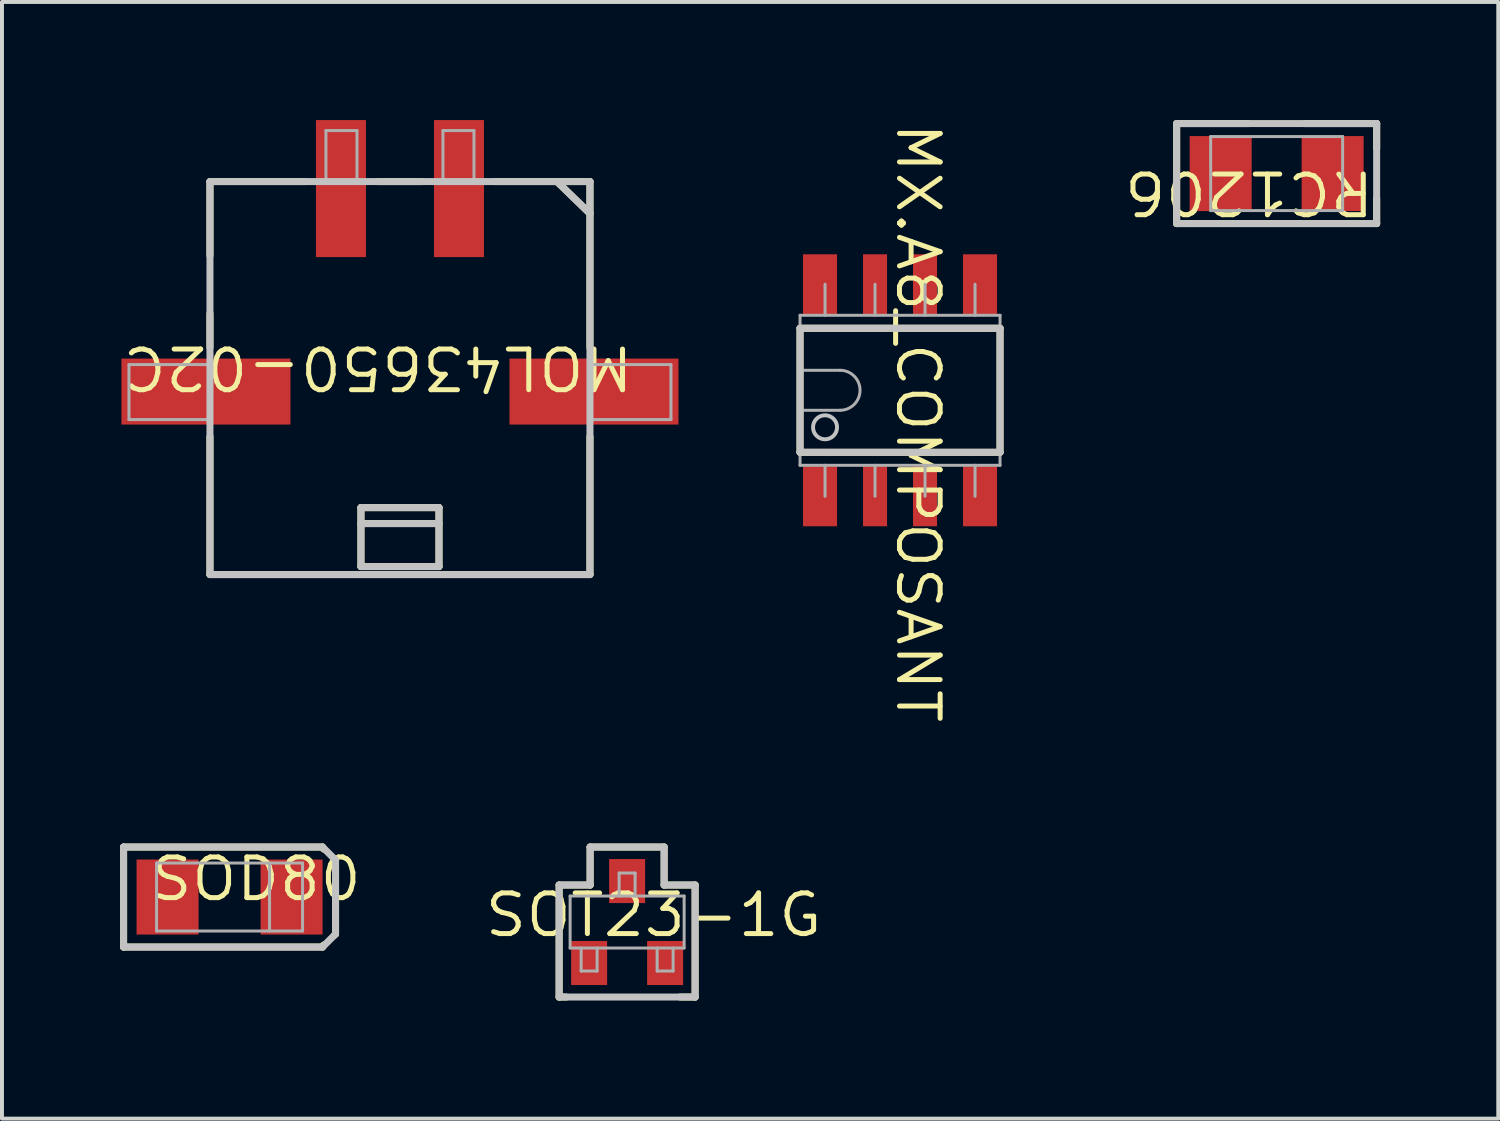
<source format=kicad_pcb>
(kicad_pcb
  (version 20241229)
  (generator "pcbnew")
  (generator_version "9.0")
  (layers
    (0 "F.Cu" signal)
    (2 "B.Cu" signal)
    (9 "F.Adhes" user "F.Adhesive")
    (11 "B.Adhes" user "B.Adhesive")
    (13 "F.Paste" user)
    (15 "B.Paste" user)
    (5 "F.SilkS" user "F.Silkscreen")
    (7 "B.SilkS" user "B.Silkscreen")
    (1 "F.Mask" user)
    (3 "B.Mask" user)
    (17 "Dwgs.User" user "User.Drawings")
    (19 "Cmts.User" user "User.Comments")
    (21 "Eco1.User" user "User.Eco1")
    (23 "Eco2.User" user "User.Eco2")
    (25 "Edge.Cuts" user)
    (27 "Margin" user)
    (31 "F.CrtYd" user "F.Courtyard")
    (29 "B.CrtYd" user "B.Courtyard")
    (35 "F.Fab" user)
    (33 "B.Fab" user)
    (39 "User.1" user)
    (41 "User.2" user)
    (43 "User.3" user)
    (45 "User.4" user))
  (footprint "SOT23-1G"
    (layer "F.Cu")
    (at 12.879 20.37)
    (property "Reference" "SOT23-1G" (at 0.673 -0.178 0) (unlocked yes) (layer "F.SilkS") (effects (font (size 1.033 1.087) (thickness 0.127))))
    (attr smd)
    (fp_line (start -1.727 -0.94) (end -0.94 -0.94) (stroke (width 0.178) (type solid)) (layer "F.SilkS"))
    (fp_line (start -1.727 1.905) (end -1.727 -0.94) (stroke (width 0.178) (type solid)) (layer "F.SilkS"))
    (fp_line (start -1.727 1.905) (end -1.549 1.905) (stroke (width 0.178) (type solid)) (layer "F.SilkS"))
    (fp_line (start -0.94 -1.905) (end 0.94 -1.905) (stroke (width 0.178) (type solid)) (layer "F.SilkS"))
    (fp_line (start -0.94 -0.94) (end -0.94 -1.905) (stroke (width 0.178) (type solid)) (layer "F.SilkS"))
    (fp_line (start 0.94 -0.94) (end 0.94 -1.905) (stroke (width 0.178) (type solid)) (layer "F.SilkS"))
    (fp_line (start 0.94 -0.94) (end 1.727 -0.94) (stroke (width 0.178) (type solid)) (layer "F.SilkS"))
    (fp_line (start 1.346 1.905) (end 1.727 1.905) (stroke (width 0.178) (type solid)) (layer "F.SilkS"))
    (fp_line (start 1.727 1.905) (end 1.727 -0.94) (stroke (width 0.178) (type solid)) (layer "F.SilkS"))
    (fp_line (start -1.727 -0.94) (end -0.94 -0.94) (stroke (width 0.178) (type solid)) (layer "Dwgs.User"))
    (fp_line (start -1.727 1.905) (end -1.727 -0.94) (stroke (width 0.178) (type solid)) (layer "Dwgs.User"))
    (fp_line (start -1.727 1.905) (end 1.727 1.905) (stroke (width 0.178) (type solid)) (layer "Dwgs.User"))
    (fp_line (start -0.94 -1.905) (end 0.94 -1.905) (stroke (width 0.178) (type solid)) (layer "Dwgs.User"))
    (fp_line (start -0.94 -0.94) (end -0.94 -1.905) (stroke (width 0.178) (type solid)) (layer "Dwgs.User"))
    (fp_line (start 0.94 -0.94) (end 0.94 -1.905) (stroke (width 0.178) (type solid)) (layer "Dwgs.User"))
    (fp_line (start 0.94 -0.94) (end 1.727 -0.94) (stroke (width 0.178) (type solid)) (layer "Dwgs.User"))
    (fp_line (start 1.727 1.905) (end 1.727 -0.94) (stroke (width 0.178) (type solid)) (layer "Dwgs.User"))
    (fp_line (start -1.448 -0.66) (end 1.448 -0.66) (stroke (width 0.076) (type solid)) (layer "F.Fab"))
    (fp_line (start -1.448 0.66) (end -1.448 -0.66) (stroke (width 0.076) (type solid)) (layer "F.Fab"))
    (fp_line (start -1.448 0.66) (end 1.448 0.66) (stroke (width 0.076) (type solid)) (layer "F.Fab"))
    (fp_line (start -1.168 1.245) (end -1.168 0.66) (stroke (width 0.076) (type solid)) (layer "F.Fab"))
    (fp_line (start -1.168 1.245) (end -0.762 1.245) (stroke (width 0.076) (type solid)) (layer "F.Fab"))
    (fp_line (start -0.762 1.245) (end -0.762 0.66) (stroke (width 0.076) (type solid)) (layer "F.Fab"))
    (fp_line (start -0.203 -1.245) (end 0.203 -1.245) (stroke (width 0.076) (type solid)) (layer "F.Fab"))
    (fp_line (start -0.203 -0.66) (end -0.203 -1.245) (stroke (width 0.076) (type solid)) (layer "F.Fab"))
    (fp_line (start 0.203 -0.66) (end 0.203 -1.245) (stroke (width 0.076) (type solid)) (layer "F.Fab"))
    (fp_line (start 0.762 1.245) (end 0.762 0.66) (stroke (width 0.076) (type solid)) (layer "F.Fab"))
    (fp_line (start 0.762 1.245) (end 1.168 1.245) (stroke (width 0.076) (type solid)) (layer "F.Fab"))
    (fp_line (start 1.168 1.245) (end 1.168 0.66) (stroke (width 0.076) (type solid)) (layer "F.Fab"))
    (fp_line (start 1.448 0.66) (end 1.448 -0.66) (stroke (width 0.076) (type solid)) (layer "F.Fab"))
    (pad "1" smd rect (at -0.965 1.041) (size 0.914 1.118) (layers "F.Cu" "F.Mask" "F.Paste"))
    (pad "2" smd rect (at 0.965 1.041) (size 0.914 1.118) (layers "F.Cu" "F.Mask" "F.Paste"))
    (pad "3" smd rect (at 0 -1.041) (size 0.914 1.118) (layers "F.Cu" "F.Mask" "F.Paste")))
  (footprint "SOD80"
    (layer "F.Cu")
    (at 2.781 19.735)
    (property "Reference" "SOD80" (at 0.673 -0.457 0) (unlocked yes) (layer "F.SilkS") (effects (font (size 1.033 1.087) (thickness 0.127))))
    (attr smd)
    (fp_line (start -2.692 -1.27) (end 2.362 -1.27) (stroke (width 0.178) (type solid)) (layer "F.SilkS"))
    (fp_line (start -2.692 1.27) (end -2.692 -1.27) (stroke (width 0.178) (type solid)) (layer "F.SilkS"))
    (fp_line (start -2.692 1.27) (end 2.362 1.27) (stroke (width 0.178) (type solid)) (layer "F.SilkS"))
    (fp_line (start 2.362 -1.27) (end 2.388 -1.219) (stroke (width 0.178) (type solid)) (layer "F.SilkS"))
    (fp_line (start 2.362 1.27) (end 2.388 1.219) (stroke (width 0.178) (type solid)) (layer "F.SilkS"))
    (fp_line (start 2.667 -0.965) (end 2.692 -0.94) (stroke (width 0.178) (type solid)) (layer "F.SilkS"))
    (fp_line (start 2.667 0.965) (end 2.692 0.94) (stroke (width 0.178) (type solid)) (layer "F.SilkS"))
    (fp_line (start 2.692 0.94) (end 2.692 -0.94) (stroke (width 0.178) (type solid)) (layer "F.SilkS"))
    (fp_line (start -2.692 -1.27) (end 2.362 -1.27) (stroke (width 0.178) (type solid)) (layer "Dwgs.User"))
    (fp_line (start -2.692 1.27) (end -2.692 -1.27) (stroke (width 0.178) (type solid)) (layer "Dwgs.User"))
    (fp_line (start -2.692 1.27) (end 2.362 1.27) (stroke (width 0.178) (type solid)) (layer "Dwgs.User"))
    (fp_line (start 2.362 -1.27) (end 2.692 -0.94) (stroke (width 0.178) (type solid)) (layer "Dwgs.User"))
    (fp_line (start 2.362 1.27) (end 2.692 0.94) (stroke (width 0.178) (type solid)) (layer "Dwgs.User"))
    (fp_line (start 2.692 0.94) (end 2.692 -0.94) (stroke (width 0.178) (type solid)) (layer "Dwgs.User"))
    (fp_line (start -1.854 -0.864) (end 1.854 -0.864) (stroke (width 0.076) (type solid)) (layer "F.Fab"))
    (fp_line (start -1.854 0.864) (end -1.854 -0.864) (stroke (width 0.076) (type solid)) (layer "F.Fab"))
    (fp_line (start -1.854 0.864) (end 1.854 0.864) (stroke (width 0.076) (type solid)) (layer "F.Fab"))
    (fp_line (start 1.016 0.864) (end 1.016 -0.864) (stroke (width 0.076) (type solid)) (layer "F.Fab"))
    (fp_line (start 1.854 0.864) (end 1.854 -0.864) (stroke (width 0.076) (type solid)) (layer "F.Fab"))
    (pad "1" smd rect (at -1.575 0) (size 1.575 1.905) (layers "F.Cu" "F.Mask" "F.Paste"))
    (pad "2" smd rect (at 1.575 0) (size 1.575 1.905) (layers "F.Cu" "F.Mask" "F.Paste")))
  (footprint "RC1206"
    (layer "F.Cu")
    (at 29.377 1.359)
    (property "Reference" "RC1206" (at -0.699 0.483 180) (unlocked yes) (layer "F.SilkS") (effects (font (size 1.033 1.087) (thickness 0.127))))
    (attr smd)
    (fp_line (start -2.54 -1.27) (end -0.711 -1.27) (stroke (width 0.178) (type solid)) (layer "F.SilkS"))
    (fp_line (start -2.54 1.27) (end -2.54 -1.27) (stroke (width 0.178) (type solid)) (layer "F.SilkS"))
    (fp_line (start -2.54 1.27) (end 2.54 1.27) (stroke (width 0.178) (type solid)) (layer "F.SilkS"))
    (fp_line (start 0.711 -1.27) (end 2.54 -1.27) (stroke (width 0.178) (type solid)) (layer "F.SilkS"))
    (fp_line (start 2.54 -0.635) (end 2.54 -1.27) (stroke (width 0.178) (type solid)) (layer "F.SilkS"))
    (fp_line (start 2.54 1.27) (end 2.54 0.635) (stroke (width 0.178) (type solid)) (layer "F.SilkS"))
    (fp_line (start -2.54 -1.27) (end 2.54 -1.27) (stroke (width 0.178) (type solid)) (layer "Dwgs.User"))
    (fp_line (start -2.54 1.27) (end -2.54 -1.27) (stroke (width 0.178) (type solid)) (layer "Dwgs.User"))
    (fp_line (start -2.54 1.27) (end 2.54 1.27) (stroke (width 0.178) (type solid)) (layer "Dwgs.User"))
    (fp_line (start 2.54 1.27) (end 2.54 -1.27) (stroke (width 0.178) (type solid)) (layer "Dwgs.User"))
    (fp_line (start -1.676 -0.94) (end 1.676 -0.94) (stroke (width 0.076) (type solid)) (layer "F.Fab"))
    (fp_line (start -1.676 0.94) (end -1.676 -0.94) (stroke (width 0.076) (type solid)) (layer "F.Fab"))
    (fp_line (start -1.676 0.94) (end 1.676 0.94) (stroke (width 0.076) (type solid)) (layer "F.Fab"))
    (fp_line (start 1.676 0.94) (end 1.676 -0.94) (stroke (width 0.076) (type solid)) (layer "F.Fab"))
    (pad "1" smd rect (at -1.422 0) (size 1.575 1.905) (layers "F.Cu" "F.Mask" "F.Paste"))
    (pad "2" smd rect (at 1.422 0) (size 1.575 1.905) (layers "F.Cu" "F.Mask" "F.Paste")))
  (footprint "MOL43650-02C"
    (layer "F.Cu")
    (at 7.109 1.74)
    (property "Reference" "MOL43650-02C" (at -0.559 4.547 180) (unlocked yes) (layer "F.SilkS") (effects (font (size 1.033 1.087) (thickness 0.127))))
    (attr smd)
    (fp_line (start -4.826 -0.178) (end -2.413 -0.178) (stroke (width 0.178) (type solid)) (layer "F.SilkS"))
    (fp_line (start -4.826 1.702) (end -4.826 -0.178) (stroke (width 0.178) (type solid)) (layer "F.SilkS"))
    (fp_line (start -4.826 4.039) (end -4.826 3.175) (stroke (width 0.178) (type solid)) (layer "F.SilkS"))
    (fp_line (start -4.826 9.804) (end -4.826 6.299) (stroke (width 0.178) (type solid)) (layer "F.SilkS"))
    (fp_line (start -4.826 9.804) (end 4.826 9.804) (stroke (width 0.178) (type solid)) (layer "F.SilkS"))
    (fp_line (start -0.991 8.103) (end 0.991 8.103) (stroke (width 0.178) (type solid)) (layer "F.SilkS"))
    (fp_line (start -0.991 8.509) (end 0.991 8.509) (stroke (width 0.178) (type solid)) (layer "F.SilkS"))
    (fp_line (start -0.991 9.601) (end -0.991 8.103) (stroke (width 0.178) (type solid)) (layer "F.SilkS"))
    (fp_line (start -0.991 9.601) (end 0.991 9.601) (stroke (width 0.178) (type solid)) (layer "F.SilkS"))
    (fp_line (start -0.559 -0.178) (end 0.559 -0.178) (stroke (width 0.178) (type solid)) (layer "F.SilkS"))
    (fp_line (start 0.991 9.601) (end 0.991 8.103) (stroke (width 0.178) (type solid)) (layer "F.SilkS"))
    (fp_line (start 2.413 -0.178) (end 4.826 -0.178) (stroke (width 0.178) (type solid)) (layer "F.SilkS"))
    (fp_line (start 3.988 -0.178) (end 4.826 0.635) (stroke (width 0.178) (type solid)) (layer "F.SilkS"))
    (fp_line (start 4.826 4.039) (end 4.826 -0.178) (stroke (width 0.178) (type solid)) (layer "F.SilkS"))
    (fp_line (start 4.826 9.804) (end 4.826 6.299) (stroke (width 0.178) (type solid)) (layer "F.SilkS"))
    (fp_line (start -4.826 -0.178) (end 4.826 -0.178) (stroke (width 0.178) (type solid)) (layer "Dwgs.User"))
    (fp_line (start -4.826 9.804) (end -4.826 -0.178) (stroke (width 0.178) (type solid)) (layer "Dwgs.User"))
    (fp_line (start -4.826 9.804) (end 4.826 9.804) (stroke (width 0.178) (type solid)) (layer "Dwgs.User"))
    (fp_line (start -0.991 8.103) (end 0.991 8.103) (stroke (width 0.178) (type solid)) (layer "Dwgs.User"))
    (fp_line (start -0.991 8.509) (end 0.991 8.509) (stroke (width 0.178) (type solid)) (layer "Dwgs.User"))
    (fp_line (start -0.991 9.601) (end -0.991 8.103) (stroke (width 0.178) (type solid)) (layer "Dwgs.User"))
    (fp_line (start -0.991 9.601) (end 0.991 9.601) (stroke (width 0.178) (type solid)) (layer "Dwgs.User"))
    (fp_line (start 0.991 9.601) (end 0.991 8.103) (stroke (width 0.178) (type solid)) (layer "Dwgs.User"))
    (fp_line (start 3.988 -0.178) (end 4.826 0.635) (stroke (width 0.178) (type solid)) (layer "Dwgs.User"))
    (fp_line (start 4.826 9.804) (end 4.826 -0.178) (stroke (width 0.178) (type solid)) (layer "Dwgs.User"))
    (fp_line (start -6.883 4.47) (end -4.826 4.47) (stroke (width 0.076) (type solid)) (layer "F.Fab"))
    (fp_line (start -6.883 5.867) (end -6.883 4.47) (stroke (width 0.076) (type solid)) (layer "F.Fab"))
    (fp_line (start -6.883 5.867) (end -4.826 5.867) (stroke (width 0.076) (type solid)) (layer "F.Fab"))
    (fp_line (start -4.826 -0.178) (end 4.826 -0.178) (stroke (width 0.076) (type solid)) (layer "F.Fab"))
    (fp_line (start -4.826 5.867) (end -4.826 4.47) (stroke (width 0.076) (type solid)) (layer "F.Fab"))
    (fp_line (start -4.826 9.804) (end -4.826 -0.178) (stroke (width 0.076) (type solid)) (layer "F.Fab"))
    (fp_line (start -4.826 9.804) (end 4.826 9.804) (stroke (width 0.076) (type solid)) (layer "F.Fab"))
    (fp_line (start -1.88 -1.473) (end -1.092 -1.473) (stroke (width 0.076) (type solid)) (layer "F.Fab"))
    (fp_line (start -1.88 -0.178) (end -1.88 -1.473) (stroke (width 0.076) (type solid)) (layer "F.Fab"))
    (fp_line (start -1.092 -0.178) (end -1.092 -1.473) (stroke (width 0.076) (type solid)) (layer "F.Fab"))
    (fp_line (start -0.991 8.103) (end 0.991 8.103) (stroke (width 0.076) (type solid)) (layer "F.Fab"))
    (fp_line (start -0.991 8.509) (end 0.991 8.509) (stroke (width 0.076) (type solid)) (layer "F.Fab"))
    (fp_line (start -0.991 9.601) (end -0.991 8.103) (stroke (width 0.076) (type solid)) (layer "F.Fab"))
    (fp_line (start -0.991 9.601) (end 0.991 9.601) (stroke (width 0.076) (type solid)) (layer "F.Fab"))
    (fp_line (start 0.991 9.601) (end 0.991 8.103) (stroke (width 0.076) (type solid)) (layer "F.Fab"))
    (fp_line (start 1.092 -1.473) (end 1.88 -1.473) (stroke (width 0.076) (type solid)) (layer "F.Fab"))
    (fp_line (start 1.092 -0.178) (end 1.092 -1.473) (stroke (width 0.076) (type solid)) (layer "F.Fab"))
    (fp_line (start 1.88 -0.178) (end 1.88 -1.473) (stroke (width 0.076) (type solid)) (layer "F.Fab"))
    (fp_line (start 3.988 -0.178) (end 4.826 0.635) (stroke (width 0.076) (type solid)) (layer "F.Fab"))
    (fp_line (start 4.826 4.47) (end 6.883 4.47) (stroke (width 0.076) (type solid)) (layer "F.Fab"))
    (fp_line (start 4.826 5.867) (end 4.826 4.47) (stroke (width 0.076) (type solid)) (layer "F.Fab"))
    (fp_line (start 4.826 5.867) (end 6.883 5.867) (stroke (width 0.076) (type solid)) (layer "F.Fab"))
    (fp_line (start 4.826 9.804) (end 4.826 -0.178) (stroke (width 0.076) (type solid)) (layer "F.Fab"))
    (fp_line (start 6.883 5.867) (end 6.883 4.47) (stroke (width 0.076) (type solid)) (layer "F.Fab"))
    (pad "1" smd rect (at 1.499 0) (size 1.27 3.48) (layers "F.Cu" "F.Mask" "F.Paste"))
    (pad "2" smd rect (at -1.499 0) (size 1.27 3.48) (layers "F.Cu" "F.Mask" "F.Paste"))
    (pad "3" smd rect (at -4.928 5.156 90) (size 1.676 4.293) (layers "F.Cu" "F.Mask" "F.Paste"))
    (pad "4" smd rect (at 4.928 5.156 90) (size 1.676 4.293) (layers "F.Cu" "F.Mask" "F.Paste")))
  (footprint "MX.A8_COMPOSANT"
    (layer "F.Cu")
    (at 19.811 6.863)
    (property "Reference" "MX.A8_COMPOSANT" (at 0.457 0.826 270) (unlocked yes) (layer "F.SilkS") (effects (font (size 1.033 1.087) (thickness 0.127))))
    (attr smd)
    (fp_line (start -2.54 -1.575) (end 2.54 -1.575) (stroke (width 0.178) (type solid)) (layer "F.SilkS"))
    (fp_line (start -2.54 1.575) (end -2.54 -1.575) (stroke (width 0.178) (type solid)) (layer "F.SilkS"))
    (fp_line (start -2.54 1.575) (end 2.54 1.575) (stroke (width 0.178) (type solid)) (layer "F.SilkS"))
    (fp_line (start 2.54 1.575) (end 2.54 -1.575) (stroke (width 0.178) (type solid)) (layer "F.SilkS"))
    (fp_line (start -2.54 -1.575) (end 2.54 -1.575) (stroke (width 0.178) (type solid)) (layer "Dwgs.User"))
    (fp_line (start -2.54 1.575) (end -2.54 -1.575) (stroke (width 0.178) (type solid)) (layer "Dwgs.User"))
    (fp_line (start -2.54 1.575) (end 2.54 1.575) (stroke (width 0.178) (type solid)) (layer "Dwgs.User"))
    (fp_line (start 2.54 1.575) (end 2.54 -1.575) (stroke (width 0.178) (type solid)) (layer "Dwgs.User"))
    (fp_circle (center -1.905 0.94) (end -1.6 0.94) (stroke (width 0.1) (type solid)) (fill no) (layer "Dwgs.User"))
    (fp_line (start -2.54 -1.905) (end 2.54 -1.905) (stroke (width 0.076) (type solid)) (layer "F.Fab"))
    (fp_line (start -2.54 -0.508) (end -1.524 -0.508) (stroke (width 0.076) (type solid)) (layer "F.Fab"))
    (fp_line (start -2.54 0.508) (end -1.524 0.508) (stroke (width 0.076) (type solid)) (layer "F.Fab"))
    (fp_line (start -2.54 1.905) (end -2.54 -1.905) (stroke (width 0.076) (type solid)) (layer "F.Fab"))
    (fp_line (start -2.54 1.905) (end 2.54 1.905) (stroke (width 0.076) (type solid)) (layer "F.Fab"))
    (fp_line (start -1.905 -1.905) (end -1.905 -2.692) (stroke (width 0.076) (type solid)) (layer "F.Fab"))
    (fp_line (start -1.905 2.692) (end -1.905 1.905) (stroke (width 0.076) (type solid)) (layer "F.Fab"))
    (fp_line (start -0.635 -1.905) (end -0.635 -2.692) (stroke (width 0.076) (type solid)) (layer "F.Fab"))
    (fp_line (start -0.635 2.692) (end -0.635 1.905) (stroke (width 0.076) (type solid)) (layer "F.Fab"))
    (fp_line (start 0.635 -1.905) (end 0.635 -2.692) (stroke (width 0.076) (type solid)) (layer "F.Fab"))
    (fp_line (start 0.635 2.692) (end 0.635 1.905) (stroke (width 0.076) (type solid)) (layer "F.Fab"))
    (fp_line (start 1.905 -1.905) (end 1.905 -2.692) (stroke (width 0.076) (type solid)) (layer "F.Fab"))
    (fp_line (start 1.905 2.692) (end 1.905 1.905) (stroke (width 0.076) (type solid)) (layer "F.Fab"))
    (fp_line (start 2.54 1.905) (end 2.54 -1.905) (stroke (width 0.076) (type solid)) (layer "F.Fab"))
    (fp_arc (start -1.524 -0.508) (mid -1.016 0) (end -1.524 0.508) (stroke (width 0.0762) (type solid)) (layer "F.Fab"))
    (pad "1" smd rect (at -2.032 2.692) (size 0.864 1.524) (layers "F.Cu" "F.Mask" "F.Paste"))
    (pad "2" smd rect (at -0.635 2.692) (size 0.61 1.524) (layers "F.Cu" "F.Mask" "F.Paste"))
    (pad "3" smd rect (at 0.635 2.692) (size 0.61 1.524) (layers "F.Cu" "F.Mask" "F.Paste"))
    (pad "4" smd rect (at 2.032 2.692) (size 0.864 1.524) (layers "F.Cu" "F.Mask" "F.Paste"))
    (pad "5" smd rect (at 2.032 -2.692) (size 0.864 1.524) (layers "F.Cu" "F.Mask" "F.Paste"))
    (pad "6" smd rect (at 0.635 -2.692) (size 0.61 1.524) (layers "F.Cu" "F.Mask" "F.Paste"))
    (pad "7" smd rect (at -0.635 -2.692) (size 0.61 1.524) (layers "F.Cu" "F.Mask" "F.Paste"))
    (pad "8" smd rect (at -2.032 -2.692) (size 0.864 1.524) (layers "F.Cu" "F.Mask" "F.Paste")))
  (gr_rect
    (start -3 -3)
    (end 35.006 25.364)
    (stroke (width 0.1) (type default))
    (fill no)
    (layer "Edge.Cuts")))
</source>
